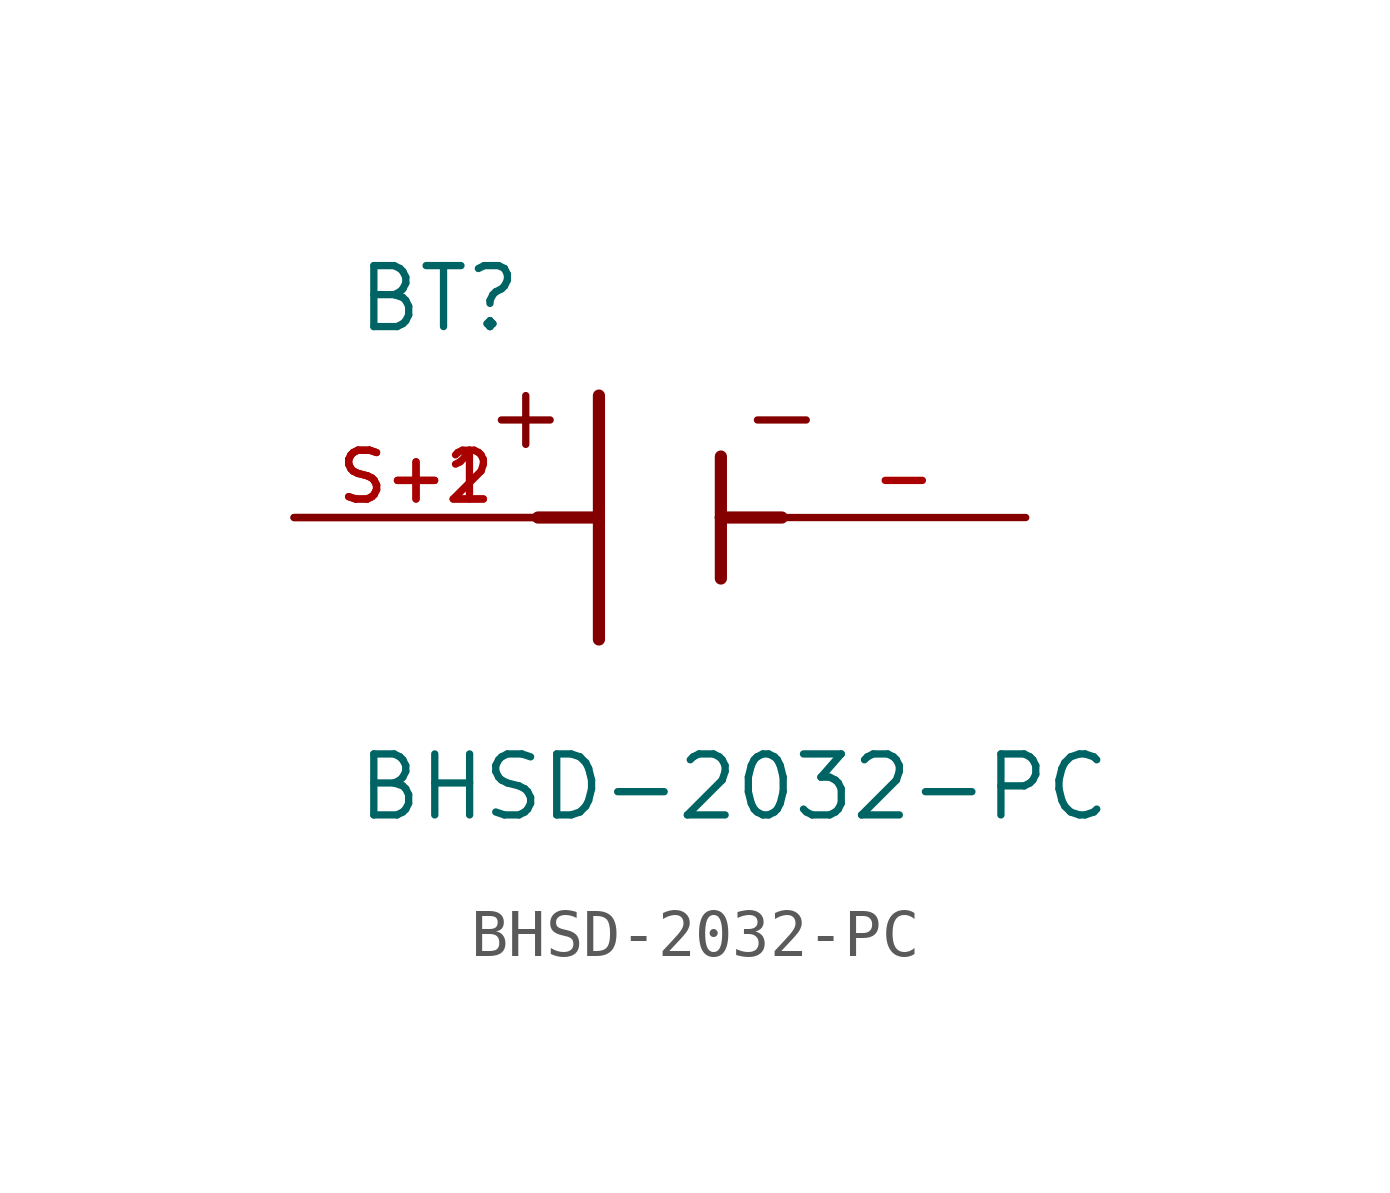
<source format=kicad_sym>
(kicad_symbol_lib
  (version 20211014)
  (generator kicad_symbol_editor)
  (symbol "BHSD-2032-PC"
    (pin_names
      (offset 1.016))
    (property "Reference" "BT"
      (at -6.361 3.814 0)
      (effects (font (size 1.27 1.27)) (justify bottom left)))
    (property "Value" "BHSD-2032-PC"
      (at -6.362 -6.358 0)
      (effects (font (size 1.27 1.27)) (justify bottom left)))
    (symbol "BHSD-2032-PC_0_0"
      (polyline (pts (xy -1.27 2.54) (xy -1.27 0.0)) (stroke (width 0.254)))
      (polyline (pts (xy -1.27 0.0) (xy -1.27 -2.54)) (stroke (width 0.254)))
      (polyline (pts (xy 1.27 1.27) (xy 1.27 0.0)) (stroke (width 0.254)))
      (polyline (pts (xy 1.27 0.0) (xy 1.27 -1.27)) (stroke (width 0.254)))
      (polyline (pts (xy -2.54 0.0) (xy -1.27 0.0)) (stroke (width 0.254)))
      (polyline (pts (xy 1.27 0.0) (xy 2.54 0.0)) (stroke (width 0.254)))
      (polyline (pts (xy -2.794 2.54) (xy -2.794 1.524)) (stroke (width 0.152)))
      (polyline (pts (xy -3.302 2.032) (xy -2.286 2.032)) (stroke (width 0.152)))
      (polyline (pts (xy 2.032 2.032) (xy 3.048 2.032)) (stroke (width 0.152)))
      (pin passive line (at -7.62 0.0 0) (length 5.08) (name "~" (effects (font (size 1.016 1.016)))) (number "S+1" (effects (font (size 1.016 1.016)))))
      (pin passive line (at -7.62 0.0 0) (length 5.08) (name "~" (effects (font (size 1.016 1.016)))) (number "S+2" (effects (font (size 1.016 1.016)))))
      (pin passive line (at 7.62 0.0 180.0) (length 5.08) (name "~" (effects (font (size 1.016 1.016)))) (number "-" (effects (font (size 1.016 1.016))))))))
</source>
